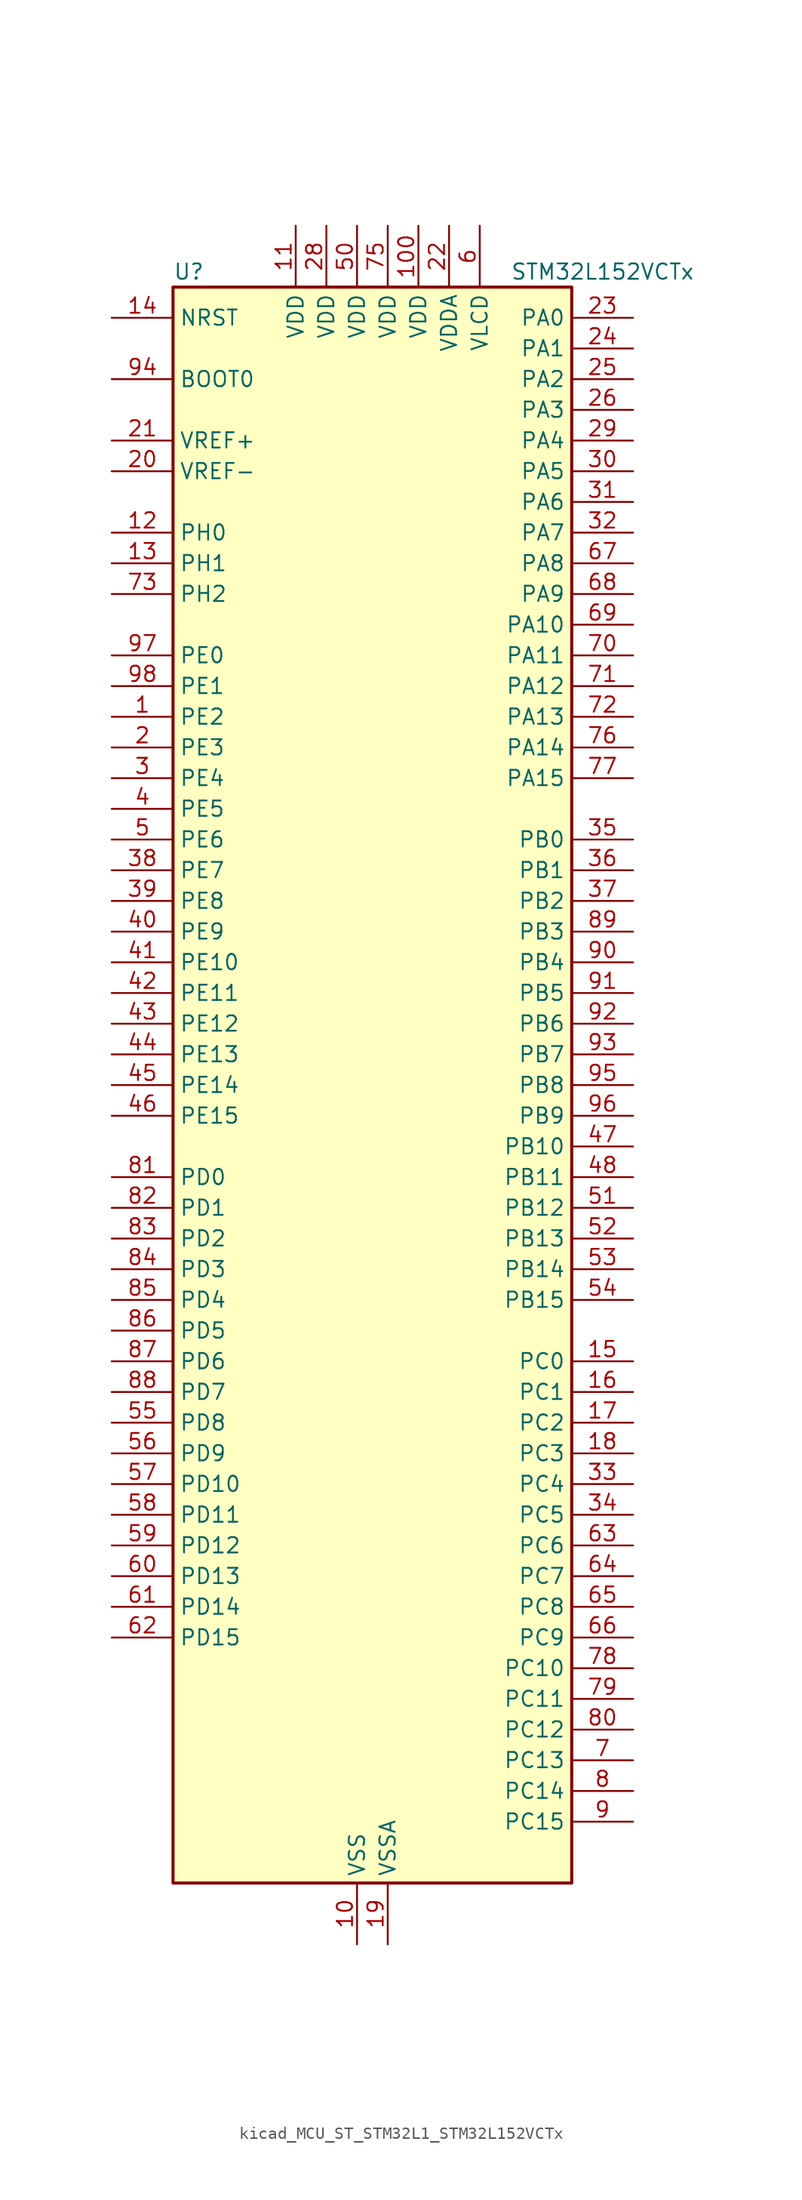
<source format=kicad_sym>
(kicad_symbol_lib
  (version 20220914)
  (generator kicad_symbol_editor)
  (symbol "kicad_MCU_ST_STM32L1_STM32L152VCTx"
    (property "Reference" "U"
      (at -15.24 67.31 0)
      (effects (font (size 1.27 1.27)) (justify left)))
    (property "Value" "STM32L152VCTx"
      (at 12.7 67.31 0)
      (effects (font (size 1.27 1.27)) (justify left)))
    (property "ki_locked" ""
      (at 0 0 0)
      (effects (font (size 1.27 1.27))))
    (symbol "kicad_MCU_ST_STM32L1_STM32L152VCTx_0_1"
      (rectangle (start -15.24 -66.04) (end 17.78 66.04) (stroke (width 0.254) (type default)) (fill (type background))))
    (symbol "kicad_MCU_ST_STM32L1_STM32L152VCTx_1_1"
      (pin bidirectional line (at -20.32 30.48 0) (length 5.08) (name "PE2" (effects (font (size 1.27 1.27)))) (number "1" (effects (font (size 1.27 1.27)))) (alternate "LCD_SEG38" bidirectional line) (alternate "SYS_TRACECK" bidirectional line) (alternate "TIM3_ETR" bidirectional line) (alternate "TIMX_IC3" bidirectional line))
      (pin power_in line (at 0 -71.12 90) (length 5.08) (name "VSS" (effects (font (size 1.27 1.27)))) (number "10" (effects (font (size 1.27 1.27)))))
      (pin power_in line (at 5.08 71.12 270) (length 5.08) (name "VDD" (effects (font (size 1.27 1.27)))) (number "100" (effects (font (size 1.27 1.27)))))
      (pin power_in line (at -5.08 71.12 270) (length 5.08) (name "VDD" (effects (font (size 1.27 1.27)))) (number "11" (effects (font (size 1.27 1.27)))))
      (pin bidirectional line (at -20.32 45.72 0) (length 5.08) (name "PH0" (effects (font (size 1.27 1.27)))) (number "12" (effects (font (size 1.27 1.27)))) (alternate "RCC_OSC_IN" bidirectional line))
      (pin bidirectional line (at -20.32 43.18 0) (length 5.08) (name "PH1" (effects (font (size 1.27 1.27)))) (number "13" (effects (font (size 1.27 1.27)))) (alternate "RCC_OSC_OUT" bidirectional line))
      (pin input line (at -20.32 63.5 0) (length 5.08) (name "NRST" (effects (font (size 1.27 1.27)))) (number "14" (effects (font (size 1.27 1.27)))))
      (pin bidirectional line (at 22.86 -22.86 180) (length 5.08) (name "PC0" (effects (font (size 1.27 1.27)))) (number "15" (effects (font (size 1.27 1.27)))) (alternate "ADC_IN10" bidirectional line) (alternate "COMP1_INP" bidirectional line) (alternate "LCD_SEG18" bidirectional line) (alternate "TIMX_IC1" bidirectional line) (alternate "TS_G8_IO1" bidirectional line))
      (pin bidirectional line (at 22.86 -25.4 180) (length 5.08) (name "PC1" (effects (font (size 1.27 1.27)))) (number "16" (effects (font (size 1.27 1.27)))) (alternate "ADC_IN11" bidirectional line) (alternate "COMP1_INP" bidirectional line) (alternate "LCD_SEG19" bidirectional line) (alternate "TIMX_IC2" bidirectional line) (alternate "TS_G8_IO2" bidirectional line))
      (pin bidirectional line (at 22.86 -27.94 180) (length 5.08) (name "PC2" (effects (font (size 1.27 1.27)))) (number "17" (effects (font (size 1.27 1.27)))) (alternate "ADC_IN12" bidirectional line) (alternate "COMP1_INP" bidirectional line) (alternate "LCD_SEG20" bidirectional line) (alternate "TIMX_IC3" bidirectional line) (alternate "TS_G8_IO3" bidirectional line))
      (pin bidirectional line (at 22.86 -30.48 180) (length 5.08) (name "PC3" (effects (font (size 1.27 1.27)))) (number "18" (effects (font (size 1.27 1.27)))) (alternate "ADC_IN13" bidirectional line) (alternate "COMP1_INP" bidirectional line) (alternate "LCD_SEG21" bidirectional line) (alternate "TIMX_IC4" bidirectional line) (alternate "TS_G8_IO4" bidirectional line))
      (pin power_in line (at 2.54 -71.12 90) (length 5.08) (name "VSSA" (effects (font (size 1.27 1.27)))) (number "19" (effects (font (size 1.27 1.27)))))
      (pin bidirectional line (at -20.32 27.94 0) (length 5.08) (name "PE3" (effects (font (size 1.27 1.27)))) (number "2" (effects (font (size 1.27 1.27)))) (alternate "LCD_SEG39" bidirectional line) (alternate "SYS_TRACED0" bidirectional line) (alternate "TIM3_CH1" bidirectional line) (alternate "TIMX_IC4" bidirectional line))
      (pin input line (at -20.32 50.8 0) (length 5.08) (name "VREF-" (effects (font (size 1.27 1.27)))) (number "20" (effects (font (size 1.27 1.27)))))
      (pin input line (at -20.32 53.34 0) (length 5.08) (name "VREF+" (effects (font (size 1.27 1.27)))) (number "21" (effects (font (size 1.27 1.27)))))
      (pin power_in line (at 7.62 71.12 270) (length 5.08) (name "VDDA" (effects (font (size 1.27 1.27)))) (number "22" (effects (font (size 1.27 1.27)))))
      (pin bidirectional line (at 22.86 63.5 180) (length 5.08) (name "PA0" (effects (font (size 1.27 1.27)))) (number "23" (effects (font (size 1.27 1.27)))) (alternate "ADC_IN0" bidirectional line) (alternate "COMP1_INP" bidirectional line) (alternate "RTC_TAMP2" bidirectional line) (alternate "SYS_WKUP1" bidirectional line) (alternate "TIM2_CH1" bidirectional line) (alternate "TIM2_ETR" bidirectional line) (alternate "TIM5_CH1" bidirectional line) (alternate "TIMX_IC1" bidirectional line) (alternate "TS_G1_IO1" bidirectional line) (alternate "USART2_CTS" bidirectional line))
      (pin bidirectional line (at 22.86 60.96 180) (length 5.08) (name "PA1" (effects (font (size 1.27 1.27)))) (number "24" (effects (font (size 1.27 1.27)))) (alternate "ADC_IN1" bidirectional line) (alternate "COMP1_INP" bidirectional line) (alternate "LCD_SEG0" bidirectional line) (alternate "OPAMP1_VINP" bidirectional line) (alternate "TIM2_CH2" bidirectional line) (alternate "TIM5_CH2" bidirectional line) (alternate "TIMX_IC2" bidirectional line) (alternate "TS_G1_IO2" bidirectional line) (alternate "USART2_RTS" bidirectional line))
      (pin bidirectional line (at 22.86 58.42 180) (length 5.08) (name "PA2" (effects (font (size 1.27 1.27)))) (number "25" (effects (font (size 1.27 1.27)))) (alternate "ADC_IN2" bidirectional line) (alternate "COMP1_INP" bidirectional line) (alternate "LCD_SEG1" bidirectional line) (alternate "OPAMP1_VINM" bidirectional line) (alternate "TIM2_CH3" bidirectional line) (alternate "TIM5_CH3" bidirectional line) (alternate "TIM9_CH1" bidirectional line) (alternate "TIMX_IC3" bidirectional line) (alternate "TS_G1_IO3" bidirectional line) (alternate "USART2_TX" bidirectional line))
      (pin bidirectional line (at 22.86 55.88 180) (length 5.08) (name "PA3" (effects (font (size 1.27 1.27)))) (number "26" (effects (font (size 1.27 1.27)))) (alternate "ADC_IN3" bidirectional line) (alternate "COMP1_INP" bidirectional line) (alternate "LCD_SEG2" bidirectional line) (alternate "OPAMP1_VOUT" bidirectional line) (alternate "TIM2_CH4" bidirectional line) (alternate "TIM5_CH4" bidirectional line) (alternate "TIM9_CH2" bidirectional line) (alternate "TIMX_IC4" bidirectional line) (alternate "TS_G1_IO4" bidirectional line) (alternate "USART2_RX" bidirectional line))
      (pin passive line (at 0 -71.12 90) (length 5.08) hide (name "VSS" (effects (font (size 1.27 1.27)))) (number "27" (effects (font (size 1.27 1.27)))))
      (pin power_in line (at -2.54 71.12 270) (length 5.08) (name "VDD" (effects (font (size 1.27 1.27)))) (number "28" (effects (font (size 1.27 1.27)))))
      (pin bidirectional line (at 22.86 53.34 180) (length 5.08) (name "PA4" (effects (font (size 1.27 1.27)))) (number "29" (effects (font (size 1.27 1.27)))) (alternate "ADC_IN4" bidirectional line) (alternate "COMP1_INP" bidirectional line) (alternate "DAC_OUT1" bidirectional line) (alternate "I2S3_WS" bidirectional line) (alternate "SPI1_NSS" bidirectional line) (alternate "SPI3_NSS" bidirectional line) (alternate "TIMX_IC1" bidirectional line) (alternate "USART2_CK" bidirectional line))
      (pin bidirectional line (at -20.32 25.4 0) (length 5.08) (name "PE4" (effects (font (size 1.27 1.27)))) (number "3" (effects (font (size 1.27 1.27)))) (alternate "SYS_TRACED1" bidirectional line) (alternate "TIM3_CH2" bidirectional line) (alternate "TIMX_IC1" bidirectional line))
      (pin bidirectional line (at 22.86 50.8 180) (length 5.08) (name "PA5" (effects (font (size 1.27 1.27)))) (number "30" (effects (font (size 1.27 1.27)))) (alternate "ADC_IN5" bidirectional line) (alternate "COMP1_INP" bidirectional line) (alternate "DAC_OUT2" bidirectional line) (alternate "SPI1_SCK" bidirectional line) (alternate "TIM2_CH1" bidirectional line) (alternate "TIM2_ETR" bidirectional line) (alternate "TIMX_IC2" bidirectional line))
      (pin bidirectional line (at 22.86 48.26 180) (length 5.08) (name "PA6" (effects (font (size 1.27 1.27)))) (number "31" (effects (font (size 1.27 1.27)))) (alternate "ADC_IN6" bidirectional line) (alternate "COMP1_INP" bidirectional line) (alternate "LCD_SEG3" bidirectional line) (alternate "OPAMP2_VINP" bidirectional line) (alternate "SPI1_MISO" bidirectional line) (alternate "TIM10_CH1" bidirectional line) (alternate "TIM3_CH1" bidirectional line) (alternate "TIMX_IC3" bidirectional line) (alternate "TS_G2_IO1" bidirectional line))
      (pin bidirectional line (at 22.86 45.72 180) (length 5.08) (name "PA7" (effects (font (size 1.27 1.27)))) (number "32" (effects (font (size 1.27 1.27)))) (alternate "ADC_IN7" bidirectional line) (alternate "COMP1_INP" bidirectional line) (alternate "LCD_SEG4" bidirectional line) (alternate "OPAMP2_VINM" bidirectional line) (alternate "SPI1_MOSI" bidirectional line) (alternate "TIM11_CH1" bidirectional line) (alternate "TIM3_CH2" bidirectional line) (alternate "TIMX_IC4" bidirectional line) (alternate "TS_G2_IO2" bidirectional line))
      (pin bidirectional line (at 22.86 -33.02 180) (length 5.08) (name "PC4" (effects (font (size 1.27 1.27)))) (number "33" (effects (font (size 1.27 1.27)))) (alternate "ADC_IN14" bidirectional line) (alternate "COMP1_INP" bidirectional line) (alternate "LCD_SEG22" bidirectional line) (alternate "TIMX_IC1" bidirectional line) (alternate "TS_G9_IO1" bidirectional line))
      (pin bidirectional line (at 22.86 -35.56 180) (length 5.08) (name "PC5" (effects (font (size 1.27 1.27)))) (number "34" (effects (font (size 1.27 1.27)))) (alternate "ADC_IN15" bidirectional line) (alternate "COMP1_INP" bidirectional line) (alternate "LCD_SEG23" bidirectional line) (alternate "TIMX_IC2" bidirectional line) (alternate "TS_G9_IO2" bidirectional line))
      (pin bidirectional line (at 22.86 20.32 180) (length 5.08) (name "PB0" (effects (font (size 1.27 1.27)))) (number "35" (effects (font (size 1.27 1.27)))) (alternate "ADC_IN8" bidirectional line) (alternate "COMP1_INP" bidirectional line) (alternate "LCD_SEG5" bidirectional line) (alternate "OPAMP2_VOUT" bidirectional line) (alternate "SYS_V_REF_OUT" bidirectional line) (alternate "TIM3_CH3" bidirectional line) (alternate "TS_G3_IO1" bidirectional line))
      (pin bidirectional line (at 22.86 17.78 180) (length 5.08) (name "PB1" (effects (font (size 1.27 1.27)))) (number "36" (effects (font (size 1.27 1.27)))) (alternate "ADC_IN9" bidirectional line) (alternate "COMP1_INP" bidirectional line) (alternate "LCD_SEG6" bidirectional line) (alternate "SYS_V_REF_OUT" bidirectional line) (alternate "TIM3_CH4" bidirectional line) (alternate "TS_G3_IO2" bidirectional line))
      (pin bidirectional line (at 22.86 15.24 180) (length 5.08) (name "PB2" (effects (font (size 1.27 1.27)))) (number "37" (effects (font (size 1.27 1.27)))) (alternate "TS_G3_IO3" bidirectional line))
      (pin bidirectional line (at -20.32 17.78 0) (length 5.08) (name "PE7" (effects (font (size 1.27 1.27)))) (number "38" (effects (font (size 1.27 1.27)))) (alternate "ADC_IN22" bidirectional line) (alternate "COMP1_INP" bidirectional line) (alternate "TIMX_IC4" bidirectional line))
      (pin bidirectional line (at -20.32 15.24 0) (length 5.08) (name "PE8" (effects (font (size 1.27 1.27)))) (number "39" (effects (font (size 1.27 1.27)))) (alternate "ADC_IN23" bidirectional line) (alternate "COMP1_INP" bidirectional line) (alternate "TIMX_IC1" bidirectional line))
      (pin bidirectional line (at -20.32 22.86 0) (length 5.08) (name "PE5" (effects (font (size 1.27 1.27)))) (number "4" (effects (font (size 1.27 1.27)))) (alternate "SYS_TRACED2" bidirectional line) (alternate "TIM9_CH1" bidirectional line) (alternate "TIMX_IC2" bidirectional line))
      (pin bidirectional line (at -20.32 12.7 0) (length 5.08) (name "PE9" (effects (font (size 1.27 1.27)))) (number "40" (effects (font (size 1.27 1.27)))) (alternate "ADC_IN24" bidirectional line) (alternate "COMP1_INP" bidirectional line) (alternate "DAC_EXTI9" bidirectional line) (alternate "TIM2_CH1" bidirectional line) (alternate "TIM2_ETR" bidirectional line) (alternate "TIM5_ETR" bidirectional line) (alternate "TIMX_IC2" bidirectional line))
      (pin bidirectional line (at -20.32 10.16 0) (length 5.08) (name "PE10" (effects (font (size 1.27 1.27)))) (number "41" (effects (font (size 1.27 1.27)))) (alternate "ADC_IN25" bidirectional line) (alternate "COMP1_INP" bidirectional line) (alternate "TIM2_CH2" bidirectional line) (alternate "TIMX_IC3" bidirectional line))
      (pin bidirectional line (at -20.32 7.62 0) (length 5.08) (name "PE11" (effects (font (size 1.27 1.27)))) (number "42" (effects (font (size 1.27 1.27)))) (alternate "ADC_EXTI11" bidirectional line) (alternate "TIM2_CH3" bidirectional line) (alternate "TIMX_IC4" bidirectional line))
      (pin bidirectional line (at -20.32 5.08 0) (length 5.08) (name "PE12" (effects (font (size 1.27 1.27)))) (number "43" (effects (font (size 1.27 1.27)))) (alternate "SPI1_NSS" bidirectional line) (alternate "TIM2_CH4" bidirectional line) (alternate "TIMX_IC1" bidirectional line))
      (pin bidirectional line (at -20.32 2.54 0) (length 5.08) (name "PE13" (effects (font (size 1.27 1.27)))) (number "44" (effects (font (size 1.27 1.27)))) (alternate "SPI1_SCK" bidirectional line) (alternate "TIMX_IC2" bidirectional line))
      (pin bidirectional line (at -20.32 0 0) (length 5.08) (name "PE14" (effects (font (size 1.27 1.27)))) (number "45" (effects (font (size 1.27 1.27)))) (alternate "SPI1_MISO" bidirectional line) (alternate "TIMX_IC3" bidirectional line))
      (pin bidirectional line (at -20.32 -2.54 0) (length 5.08) (name "PE15" (effects (font (size 1.27 1.27)))) (number "46" (effects (font (size 1.27 1.27)))) (alternate "ADC_EXTI15" bidirectional line) (alternate "SPI1_MOSI" bidirectional line) (alternate "TIMX_IC4" bidirectional line))
      (pin bidirectional line (at 22.86 -5.08 180) (length 5.08) (name "PB10" (effects (font (size 1.27 1.27)))) (number "47" (effects (font (size 1.27 1.27)))) (alternate "I2C2_SCL" bidirectional line) (alternate "LCD_SEG10" bidirectional line) (alternate "TIM2_CH3" bidirectional line) (alternate "USART3_TX" bidirectional line))
      (pin bidirectional line (at 22.86 -7.62 180) (length 5.08) (name "PB11" (effects (font (size 1.27 1.27)))) (number "48" (effects (font (size 1.27 1.27)))) (alternate "ADC_EXTI11" bidirectional line) (alternate "I2C2_SDA" bidirectional line) (alternate "LCD_SEG11" bidirectional line) (alternate "TIM2_CH4" bidirectional line) (alternate "USART3_RX" bidirectional line))
      (pin passive line (at 0 -71.12 90) (length 5.08) hide (name "VSS" (effects (font (size 1.27 1.27)))) (number "49" (effects (font (size 1.27 1.27)))))
      (pin bidirectional line (at -20.32 20.32 0) (length 5.08) (name "PE6" (effects (font (size 1.27 1.27)))) (number "5" (effects (font (size 1.27 1.27)))) (alternate "RTC_TAMP3" bidirectional line) (alternate "SYS_TRACED3" bidirectional line) (alternate "SYS_WKUP3" bidirectional line) (alternate "TIM9_CH2" bidirectional line) (alternate "TIMX_IC3" bidirectional line))
      (pin power_in line (at 0 71.12 270) (length 5.08) (name "VDD" (effects (font (size 1.27 1.27)))) (number "50" (effects (font (size 1.27 1.27)))))
      (pin bidirectional line (at 22.86 -10.16 180) (length 5.08) (name "PB12" (effects (font (size 1.27 1.27)))) (number "51" (effects (font (size 1.27 1.27)))) (alternate "ADC_IN18" bidirectional line) (alternate "COMP1_INP" bidirectional line) (alternate "I2C2_SMBA" bidirectional line) (alternate "I2S2_WS" bidirectional line) (alternate "LCD_SEG12" bidirectional line) (alternate "SPI2_NSS" bidirectional line) (alternate "TIM10_CH1" bidirectional line) (alternate "TS_G7_IO1" bidirectional line) (alternate "USART3_CK" bidirectional line))
      (pin bidirectional line (at 22.86 -12.7 180) (length 5.08) (name "PB13" (effects (font (size 1.27 1.27)))) (number "52" (effects (font (size 1.27 1.27)))) (alternate "ADC_IN19" bidirectional line) (alternate "COMP1_INP" bidirectional line) (alternate "I2S2_CK" bidirectional line) (alternate "LCD_SEG13" bidirectional line) (alternate "SPI2_SCK" bidirectional line) (alternate "TIM9_CH1" bidirectional line) (alternate "TS_G7_IO2" bidirectional line) (alternate "USART3_CTS" bidirectional line))
      (pin bidirectional line (at 22.86 -15.24 180) (length 5.08) (name "PB14" (effects (font (size 1.27 1.27)))) (number "53" (effects (font (size 1.27 1.27)))) (alternate "ADC_IN20" bidirectional line) (alternate "COMP1_INP" bidirectional line) (alternate "LCD_SEG14" bidirectional line) (alternate "SPI2_MISO" bidirectional line) (alternate "TIM9_CH2" bidirectional line) (alternate "TS_G7_IO3" bidirectional line) (alternate "USART3_RTS" bidirectional line))
      (pin bidirectional line (at 22.86 -17.78 180) (length 5.08) (name "PB15" (effects (font (size 1.27 1.27)))) (number "54" (effects (font (size 1.27 1.27)))) (alternate "ADC_EXTI15" bidirectional line) (alternate "ADC_IN21" bidirectional line) (alternate "COMP1_INP" bidirectional line) (alternate "I2S2_SD" bidirectional line) (alternate "LCD_SEG15" bidirectional line) (alternate "RTC_REFIN" bidirectional line) (alternate "SPI2_MOSI" bidirectional line) (alternate "TIM11_CH1" bidirectional line) (alternate "TS_G7_IO4" bidirectional line))
      (pin bidirectional line (at -20.32 -27.94 0) (length 5.08) (name "PD8" (effects (font (size 1.27 1.27)))) (number "55" (effects (font (size 1.27 1.27)))) (alternate "LCD_SEG28" bidirectional line) (alternate "TIMX_IC1" bidirectional line) (alternate "USART3_TX" bidirectional line))
      (pin bidirectional line (at -20.32 -30.48 0) (length 5.08) (name "PD9" (effects (font (size 1.27 1.27)))) (number "56" (effects (font (size 1.27 1.27)))) (alternate "DAC_EXTI9" bidirectional line) (alternate "LCD_SEG29" bidirectional line) (alternate "TIMX_IC2" bidirectional line) (alternate "USART3_RX" bidirectional line))
      (pin bidirectional line (at -20.32 -33.02 0) (length 5.08) (name "PD10" (effects (font (size 1.27 1.27)))) (number "57" (effects (font (size 1.27 1.27)))) (alternate "LCD_SEG30" bidirectional line) (alternate "TIMX_IC3" bidirectional line) (alternate "USART3_CK" bidirectional line))
      (pin bidirectional line (at -20.32 -35.56 0) (length 5.08) (name "PD11" (effects (font (size 1.27 1.27)))) (number "58" (effects (font (size 1.27 1.27)))) (alternate "ADC_EXTI11" bidirectional line) (alternate "LCD_SEG31" bidirectional line) (alternate "TIMX_IC4" bidirectional line) (alternate "USART3_CTS" bidirectional line))
      (pin bidirectional line (at -20.32 -38.1 0) (length 5.08) (name "PD12" (effects (font (size 1.27 1.27)))) (number "59" (effects (font (size 1.27 1.27)))) (alternate "LCD_SEG32" bidirectional line) (alternate "TIM4_CH1" bidirectional line) (alternate "TIMX_IC1" bidirectional line) (alternate "USART3_RTS" bidirectional line))
      (pin power_in line (at 10.16 71.12 270) (length 5.08) (name "VLCD" (effects (font (size 1.27 1.27)))) (number "6" (effects (font (size 1.27 1.27)))))
      (pin bidirectional line (at -20.32 -40.64 0) (length 5.08) (name "PD13" (effects (font (size 1.27 1.27)))) (number "60" (effects (font (size 1.27 1.27)))) (alternate "LCD_SEG33" bidirectional line) (alternate "TIM4_CH2" bidirectional line) (alternate "TIMX_IC2" bidirectional line))
      (pin bidirectional line (at -20.32 -43.18 0) (length 5.08) (name "PD14" (effects (font (size 1.27 1.27)))) (number "61" (effects (font (size 1.27 1.27)))) (alternate "LCD_SEG34" bidirectional line) (alternate "TIM4_CH3" bidirectional line) (alternate "TIMX_IC3" bidirectional line))
      (pin bidirectional line (at -20.32 -45.72 0) (length 5.08) (name "PD15" (effects (font (size 1.27 1.27)))) (number "62" (effects (font (size 1.27 1.27)))) (alternate "ADC_EXTI15" bidirectional line) (alternate "LCD_SEG35" bidirectional line) (alternate "TIM4_CH4" bidirectional line) (alternate "TIMX_IC4" bidirectional line))
      (pin bidirectional line (at 22.86 -38.1 180) (length 5.08) (name "PC6" (effects (font (size 1.27 1.27)))) (number "63" (effects (font (size 1.27 1.27)))) (alternate "I2S2_MCK" bidirectional line) (alternate "LCD_SEG24" bidirectional line) (alternate "TIM3_CH1" bidirectional line) (alternate "TIMX_IC3" bidirectional line) (alternate "TS_G10_IO1" bidirectional line))
      (pin bidirectional line (at 22.86 -40.64 180) (length 5.08) (name "PC7" (effects (font (size 1.27 1.27)))) (number "64" (effects (font (size 1.27 1.27)))) (alternate "I2S3_MCK" bidirectional line) (alternate "LCD_SEG25" bidirectional line) (alternate "TIM3_CH2" bidirectional line) (alternate "TIMX_IC4" bidirectional line) (alternate "TS_G10_IO2" bidirectional line))
      (pin bidirectional line (at 22.86 -43.18 180) (length 5.08) (name "PC8" (effects (font (size 1.27 1.27)))) (number "65" (effects (font (size 1.27 1.27)))) (alternate "LCD_SEG26" bidirectional line) (alternate "TIM3_CH3" bidirectional line) (alternate "TIMX_IC1" bidirectional line) (alternate "TS_G10_IO3" bidirectional line))
      (pin bidirectional line (at 22.86 -45.72 180) (length 5.08) (name "PC9" (effects (font (size 1.27 1.27)))) (number "66" (effects (font (size 1.27 1.27)))) (alternate "DAC_EXTI9" bidirectional line) (alternate "LCD_SEG27" bidirectional line) (alternate "TIM3_CH4" bidirectional line) (alternate "TIMX_IC2" bidirectional line) (alternate "TS_G10_IO4" bidirectional line))
      (pin bidirectional line (at 22.86 43.18 180) (length 5.08) (name "PA8" (effects (font (size 1.27 1.27)))) (number "67" (effects (font (size 1.27 1.27)))) (alternate "LCD_COM0" bidirectional line) (alternate "RCC_MCO" bidirectional line) (alternate "TIMX_IC1" bidirectional line) (alternate "TS_G4_IO1" bidirectional line) (alternate "USART1_CK" bidirectional line))
      (pin bidirectional line (at 22.86 40.64 180) (length 5.08) (name "PA9" (effects (font (size 1.27 1.27)))) (number "68" (effects (font (size 1.27 1.27)))) (alternate "DAC_EXTI9" bidirectional line) (alternate "LCD_COM1" bidirectional line) (alternate "TIMX_IC2" bidirectional line) (alternate "TS_G4_IO2" bidirectional line) (alternate "USART1_TX" bidirectional line))
      (pin bidirectional line (at 22.86 38.1 180) (length 5.08) (name "PA10" (effects (font (size 1.27 1.27)))) (number "69" (effects (font (size 1.27 1.27)))) (alternate "LCD_COM2" bidirectional line) (alternate "TIMX_IC3" bidirectional line) (alternate "TS_G4_IO3" bidirectional line) (alternate "USART1_RX" bidirectional line))
      (pin bidirectional line (at 22.86 -55.88 180) (length 5.08) (name "PC13" (effects (font (size 1.27 1.27)))) (number "7" (effects (font (size 1.27 1.27)))) (alternate "RTC_OUT_ALARM" bidirectional line) (alternate "RTC_OUT_CALIB" bidirectional line) (alternate "RTC_TAMP1" bidirectional line) (alternate "RTC_TS" bidirectional line) (alternate "SYS_WKUP2" bidirectional line) (alternate "TIMX_IC2" bidirectional line))
      (pin bidirectional line (at 22.86 35.56 180) (length 5.08) (name "PA11" (effects (font (size 1.27 1.27)))) (number "70" (effects (font (size 1.27 1.27)))) (alternate "ADC_EXTI11" bidirectional line) (alternate "SPI1_MISO" bidirectional line) (alternate "TIMX_IC4" bidirectional line) (alternate "USART1_CTS" bidirectional line) (alternate "USB_DM" bidirectional line))
      (pin bidirectional line (at 22.86 33.02 180) (length 5.08) (name "PA12" (effects (font (size 1.27 1.27)))) (number "71" (effects (font (size 1.27 1.27)))) (alternate "SPI1_MOSI" bidirectional line) (alternate "TIMX_IC1" bidirectional line) (alternate "USART1_RTS" bidirectional line) (alternate "USB_DP" bidirectional line))
      (pin bidirectional line (at 22.86 30.48 180) (length 5.08) (name "PA13" (effects (font (size 1.27 1.27)))) (number "72" (effects (font (size 1.27 1.27)))) (alternate "SYS_JTMS-SWDIO" bidirectional line) (alternate "TIMX_IC2" bidirectional line) (alternate "TS_G5_IO1" bidirectional line))
      (pin bidirectional line (at -20.32 40.64 0) (length 5.08) (name "PH2" (effects (font (size 1.27 1.27)))) (number "73" (effects (font (size 1.27 1.27)))))
      (pin passive line (at 0 -71.12 90) (length 5.08) hide (name "VSS" (effects (font (size 1.27 1.27)))) (number "74" (effects (font (size 1.27 1.27)))))
      (pin power_in line (at 2.54 71.12 270) (length 5.08) (name "VDD" (effects (font (size 1.27 1.27)))) (number "75" (effects (font (size 1.27 1.27)))))
      (pin bidirectional line (at 22.86 27.94 180) (length 5.08) (name "PA14" (effects (font (size 1.27 1.27)))) (number "76" (effects (font (size 1.27 1.27)))) (alternate "SYS_JTCK-SWCLK" bidirectional line) (alternate "TIMX_IC3" bidirectional line) (alternate "TS_G5_IO2" bidirectional line))
      (pin bidirectional line (at 22.86 25.4 180) (length 5.08) (name "PA15" (effects (font (size 1.27 1.27)))) (number "77" (effects (font (size 1.27 1.27)))) (alternate "ADC_EXTI15" bidirectional line) (alternate "I2S3_WS" bidirectional line) (alternate "LCD_SEG17" bidirectional line) (alternate "SPI1_NSS" bidirectional line) (alternate "SPI3_NSS" bidirectional line) (alternate "SYS_JTDI" bidirectional line) (alternate "TIM2_CH1" bidirectional line) (alternate "TIM2_ETR" bidirectional line) (alternate "TIMX_IC4" bidirectional line) (alternate "TS_G5_IO3" bidirectional line))
      (pin bidirectional line (at 22.86 -48.26 180) (length 5.08) (name "PC10" (effects (font (size 1.27 1.27)))) (number "78" (effects (font (size 1.27 1.27)))) (alternate "I2S3_CK" bidirectional line) (alternate "LCD_COM4" bidirectional line) (alternate "LCD_SEG28" bidirectional line) (alternate "LCD_SEG40" bidirectional line) (alternate "SPI3_SCK" bidirectional line) (alternate "TIMX_IC3" bidirectional line) (alternate "USART3_TX" bidirectional line))
      (pin bidirectional line (at 22.86 -50.8 180) (length 5.08) (name "PC11" (effects (font (size 1.27 1.27)))) (number "79" (effects (font (size 1.27 1.27)))) (alternate "ADC_EXTI11" bidirectional line) (alternate "LCD_COM5" bidirectional line) (alternate "LCD_SEG29" bidirectional line) (alternate "LCD_SEG41" bidirectional line) (alternate "SPI3_MISO" bidirectional line) (alternate "TIMX_IC4" bidirectional line) (alternate "USART3_RX" bidirectional line))
      (pin bidirectional line (at 22.86 -58.42 180) (length 5.08) (name "PC14" (effects (font (size 1.27 1.27)))) (number "8" (effects (font (size 1.27 1.27)))) (alternate "RCC_OSC32_IN" bidirectional line) (alternate "TIMX_IC3" bidirectional line))
      (pin bidirectional line (at 22.86 -53.34 180) (length 5.08) (name "PC12" (effects (font (size 1.27 1.27)))) (number "80" (effects (font (size 1.27 1.27)))) (alternate "I2S3_SD" bidirectional line) (alternate "LCD_COM6" bidirectional line) (alternate "LCD_SEG30" bidirectional line) (alternate "LCD_SEG42" bidirectional line) (alternate "SPI3_MOSI" bidirectional line) (alternate "TIMX_IC1" bidirectional line) (alternate "USART3_CK" bidirectional line))
      (pin bidirectional line (at -20.32 -7.62 0) (length 5.08) (name "PD0" (effects (font (size 1.27 1.27)))) (number "81" (effects (font (size 1.27 1.27)))) (alternate "I2S2_WS" bidirectional line) (alternate "SPI2_NSS" bidirectional line) (alternate "TIM9_CH1" bidirectional line) (alternate "TIMX_IC1" bidirectional line))
      (pin bidirectional line (at -20.32 -10.16 0) (length 5.08) (name "PD1" (effects (font (size 1.27 1.27)))) (number "82" (effects (font (size 1.27 1.27)))) (alternate "I2S2_CK" bidirectional line) (alternate "SPI2_SCK" bidirectional line) (alternate "TIMX_IC2" bidirectional line))
      (pin bidirectional line (at -20.32 -12.7 0) (length 5.08) (name "PD2" (effects (font (size 1.27 1.27)))) (number "83" (effects (font (size 1.27 1.27)))) (alternate "LCD_COM7" bidirectional line) (alternate "LCD_SEG31" bidirectional line) (alternate "LCD_SEG43" bidirectional line) (alternate "TIM3_ETR" bidirectional line) (alternate "TIMX_IC3" bidirectional line))
      (pin bidirectional line (at -20.32 -15.24 0) (length 5.08) (name "PD3" (effects (font (size 1.27 1.27)))) (number "84" (effects (font (size 1.27 1.27)))) (alternate "SPI2_MISO" bidirectional line) (alternate "TIMX_IC4" bidirectional line) (alternate "USART2_CTS" bidirectional line))
      (pin bidirectional line (at -20.32 -17.78 0) (length 5.08) (name "PD4" (effects (font (size 1.27 1.27)))) (number "85" (effects (font (size 1.27 1.27)))) (alternate "I2S2_SD" bidirectional line) (alternate "SPI2_MOSI" bidirectional line) (alternate "TIMX_IC1" bidirectional line) (alternate "USART2_RTS" bidirectional line))
      (pin bidirectional line (at -20.32 -20.32 0) (length 5.08) (name "PD5" (effects (font (size 1.27 1.27)))) (number "86" (effects (font (size 1.27 1.27)))) (alternate "TIMX_IC2" bidirectional line) (alternate "USART2_TX" bidirectional line))
      (pin bidirectional line (at -20.32 -22.86 0) (length 5.08) (name "PD6" (effects (font (size 1.27 1.27)))) (number "87" (effects (font (size 1.27 1.27)))) (alternate "TIMX_IC3" bidirectional line) (alternate "USART2_RX" bidirectional line))
      (pin bidirectional line (at -20.32 -25.4 0) (length 5.08) (name "PD7" (effects (font (size 1.27 1.27)))) (number "88" (effects (font (size 1.27 1.27)))) (alternate "TIM9_CH2" bidirectional line) (alternate "TIMX_IC4" bidirectional line) (alternate "USART2_CK" bidirectional line))
      (pin bidirectional line (at 22.86 12.7 180) (length 5.08) (name "PB3" (effects (font (size 1.27 1.27)))) (number "89" (effects (font (size 1.27 1.27)))) (alternate "COMP2_INM" bidirectional line) (alternate "I2S3_CK" bidirectional line) (alternate "LCD_SEG7" bidirectional line) (alternate "SPI1_SCK" bidirectional line) (alternate "SPI3_SCK" bidirectional line) (alternate "SYS_JTDO-TRACESWO" bidirectional line) (alternate "TIM2_CH2" bidirectional line))
      (pin bidirectional line (at 22.86 -60.96 180) (length 5.08) (name "PC15" (effects (font (size 1.27 1.27)))) (number "9" (effects (font (size 1.27 1.27)))) (alternate "ADC_EXTI15" bidirectional line) (alternate "RCC_OSC32_OUT" bidirectional line) (alternate "TIMX_IC4" bidirectional line))
      (pin bidirectional line (at 22.86 10.16 180) (length 5.08) (name "PB4" (effects (font (size 1.27 1.27)))) (number "90" (effects (font (size 1.27 1.27)))) (alternate "COMP2_INP" bidirectional line) (alternate "LCD_SEG8" bidirectional line) (alternate "SPI1_MISO" bidirectional line) (alternate "SPI3_MISO" bidirectional line) (alternate "SYS_JTRST" bidirectional line) (alternate "TIM3_CH1" bidirectional line) (alternate "TS_G6_IO1" bidirectional line))
      (pin bidirectional line (at 22.86 7.62 180) (length 5.08) (name "PB5" (effects (font (size 1.27 1.27)))) (number "91" (effects (font (size 1.27 1.27)))) (alternate "COMP2_INP" bidirectional line) (alternate "I2C1_SMBA" bidirectional line) (alternate "I2S3_SD" bidirectional line) (alternate "LCD_SEG9" bidirectional line) (alternate "SPI1_MOSI" bidirectional line) (alternate "SPI3_MOSI" bidirectional line) (alternate "TIM3_CH2" bidirectional line) (alternate "TS_G6_IO2" bidirectional line))
      (pin bidirectional line (at 22.86 5.08 180) (length 5.08) (name "PB6" (effects (font (size 1.27 1.27)))) (number "92" (effects (font (size 1.27 1.27)))) (alternate "COMP2_INP" bidirectional line) (alternate "I2C1_SCL" bidirectional line) (alternate "TIM4_CH1" bidirectional line) (alternate "TS_G6_IO3" bidirectional line) (alternate "USART1_TX" bidirectional line))
      (pin bidirectional line (at 22.86 2.54 180) (length 5.08) (name "PB7" (effects (font (size 1.27 1.27)))) (number "93" (effects (font (size 1.27 1.27)))) (alternate "COMP2_INP" bidirectional line) (alternate "I2C1_SDA" bidirectional line) (alternate "SYS_PVD_IN" bidirectional line) (alternate "TIM4_CH2" bidirectional line) (alternate "TS_G6_IO4" bidirectional line) (alternate "USART1_RX" bidirectional line))
      (pin input line (at -20.32 58.42 0) (length 5.08) (name "BOOT0" (effects (font (size 1.27 1.27)))) (number "94" (effects (font (size 1.27 1.27)))))
      (pin bidirectional line (at 22.86 0 180) (length 5.08) (name "PB8" (effects (font (size 1.27 1.27)))) (number "95" (effects (font (size 1.27 1.27)))) (alternate "I2C1_SCL" bidirectional line) (alternate "LCD_SEG16" bidirectional line) (alternate "TIM10_CH1" bidirectional line) (alternate "TIM4_CH3" bidirectional line))
      (pin bidirectional line (at 22.86 -2.54 180) (length 5.08) (name "PB9" (effects (font (size 1.27 1.27)))) (number "96" (effects (font (size 1.27 1.27)))) (alternate "DAC_EXTI9" bidirectional line) (alternate "I2C1_SDA" bidirectional line) (alternate "LCD_COM3" bidirectional line) (alternate "TIM11_CH1" bidirectional line) (alternate "TIM4_CH4" bidirectional line))
      (pin bidirectional line (at -20.32 35.56 0) (length 5.08) (name "PE0" (effects (font (size 1.27 1.27)))) (number "97" (effects (font (size 1.27 1.27)))) (alternate "LCD_SEG36" bidirectional line) (alternate "TIM10_CH1" bidirectional line) (alternate "TIM4_ETR" bidirectional line) (alternate "TIMX_IC1" bidirectional line))
      (pin bidirectional line (at -20.32 33.02 0) (length 5.08) (name "PE1" (effects (font (size 1.27 1.27)))) (number "98" (effects (font (size 1.27 1.27)))) (alternate "LCD_SEG37" bidirectional line) (alternate "TIM11_CH1" bidirectional line) (alternate "TIMX_IC2" bidirectional line))
      (pin passive line (at 0 -71.12 90) (length 5.08) hide (name "VSS" (effects (font (size 1.27 1.27)))) (number "99" (effects (font (size 1.27 1.27))))))))
</source>
